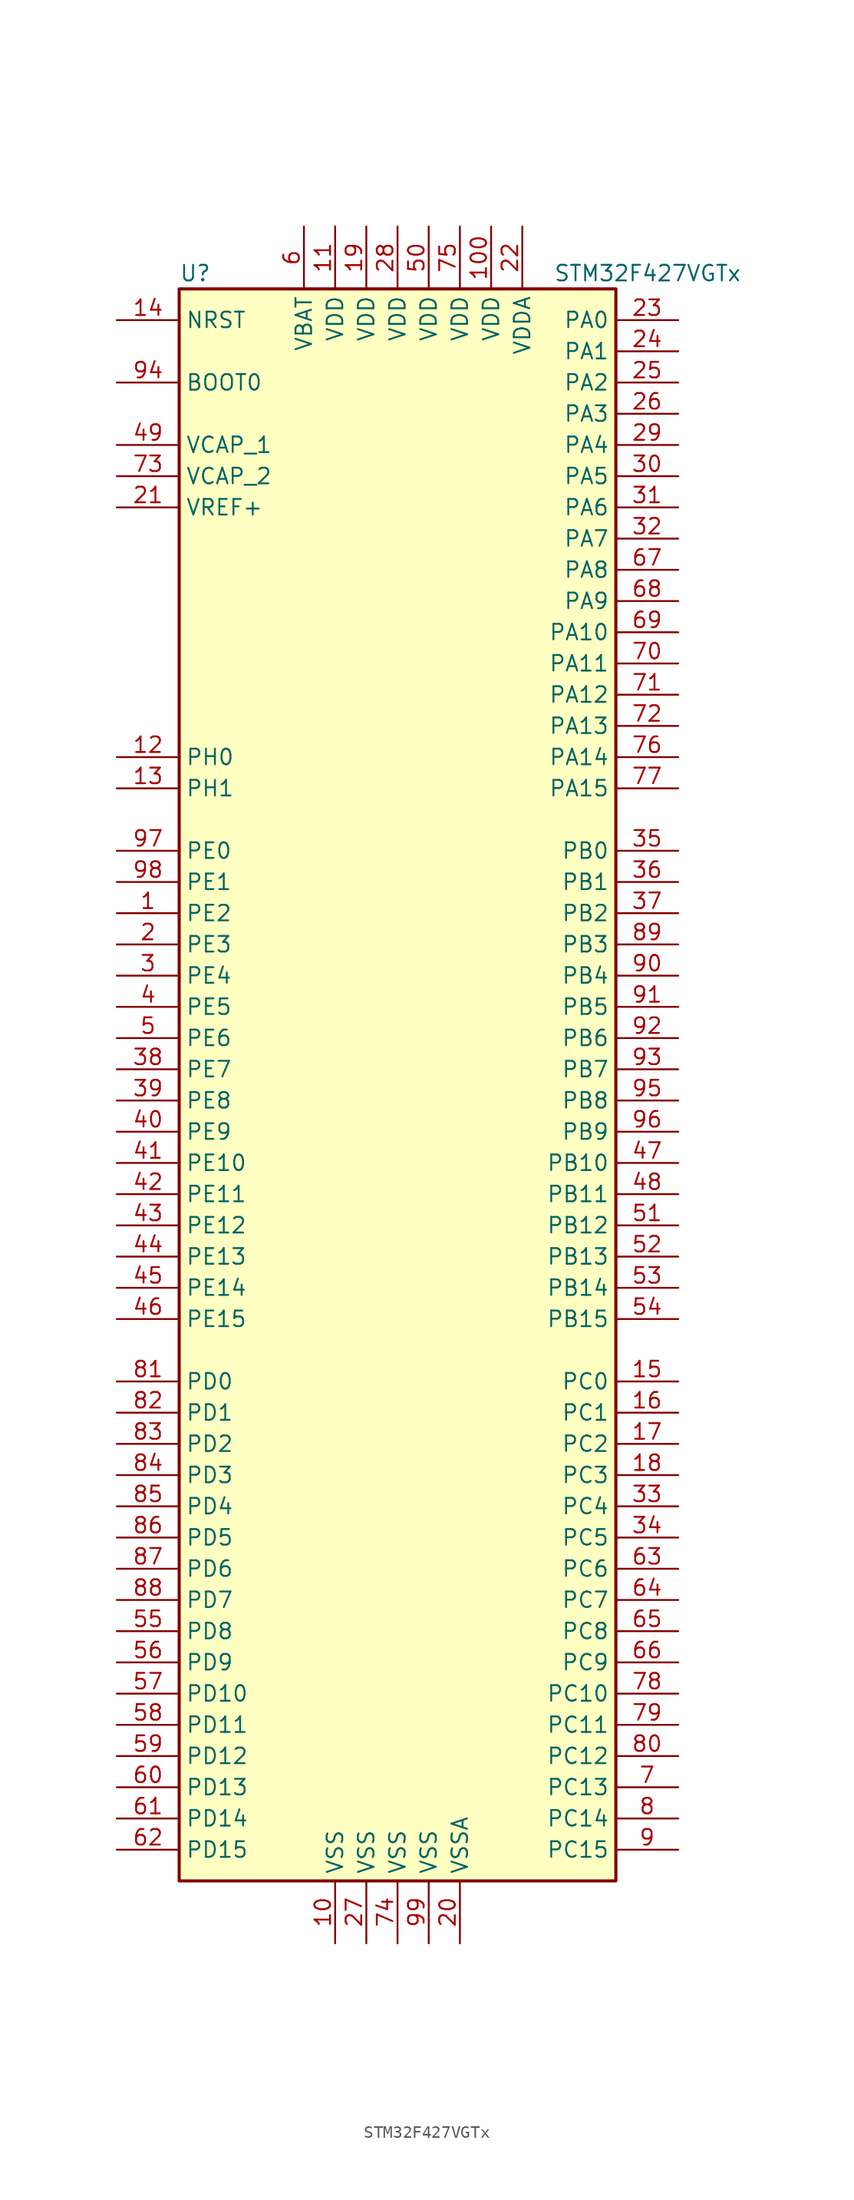
<source format=kicad_sym>
(kicad_symbol_lib
  (version 20220914)
  (generator kicad_symbol_editor)
  (symbol "STM32F427VGTx"
    (property "Reference" "U"
      (at -17.78 64.77 0)
      (effects (font (size 1.27 1.27)) (justify left)))
    (property "Value" "STM32F427VGTx"
      (at 12.7 64.77 0)
      (effects (font (size 1.27 1.27)) (justify left)))
    (symbol "STM32F427VGTx_0_1"
      (rectangle (start -17.78 -66.04) (end 17.78 63.5) (stroke (width 0.254) (type default)) (fill (type background))))
    (symbol "STM32F427VGTx_1_1"
      (pin bidirectional line (at -22.86 12.7 0) (length 5.08) (name "PE2" (effects (font (size 1.27 1.27)))) (number "1" (effects (font (size 1.27 1.27)))))
      (pin power_in line (at -5.08 -71.12 90) (length 5.08) (name "VSS" (effects (font (size 1.27 1.27)))) (number "10" (effects (font (size 1.27 1.27)))))
      (pin power_in line (at 7.62 68.58 270) (length 5.08) (name "VDD" (effects (font (size 1.27 1.27)))) (number "100" (effects (font (size 1.27 1.27)))))
      (pin power_in line (at -5.08 68.58 270) (length 5.08) (name "VDD" (effects (font (size 1.27 1.27)))) (number "11" (effects (font (size 1.27 1.27)))))
      (pin input line (at -22.86 25.4 0) (length 5.08) (name "PH0" (effects (font (size 1.27 1.27)))) (number "12" (effects (font (size 1.27 1.27)))))
      (pin input line (at -22.86 22.86 0) (length 5.08) (name "PH1" (effects (font (size 1.27 1.27)))) (number "13" (effects (font (size 1.27 1.27)))))
      (pin input line (at -22.86 60.96 0) (length 5.08) (name "NRST" (effects (font (size 1.27 1.27)))) (number "14" (effects (font (size 1.27 1.27)))))
      (pin bidirectional line (at 22.86 -25.4 180) (length 5.08) (name "PC0" (effects (font (size 1.27 1.27)))) (number "15" (effects (font (size 1.27 1.27)))))
      (pin bidirectional line (at 22.86 -27.94 180) (length 5.08) (name "PC1" (effects (font (size 1.27 1.27)))) (number "16" (effects (font (size 1.27 1.27)))))
      (pin bidirectional line (at 22.86 -30.48 180) (length 5.08) (name "PC2" (effects (font (size 1.27 1.27)))) (number "17" (effects (font (size 1.27 1.27)))))
      (pin bidirectional line (at 22.86 -33.02 180) (length 5.08) (name "PC3" (effects (font (size 1.27 1.27)))) (number "18" (effects (font (size 1.27 1.27)))))
      (pin power_in line (at -2.54 68.58 270) (length 5.08) (name "VDD" (effects (font (size 1.27 1.27)))) (number "19" (effects (font (size 1.27 1.27)))))
      (pin bidirectional line (at -22.86 10.16 0) (length 5.08) (name "PE3" (effects (font (size 1.27 1.27)))) (number "2" (effects (font (size 1.27 1.27)))))
      (pin power_in line (at 5.08 -71.12 90) (length 5.08) (name "VSSA" (effects (font (size 1.27 1.27)))) (number "20" (effects (font (size 1.27 1.27)))))
      (pin power_in line (at -22.86 45.72 0) (length 5.08) (name "VREF+" (effects (font (size 1.27 1.27)))) (number "21" (effects (font (size 1.27 1.27)))))
      (pin power_in line (at 10.16 68.58 270) (length 5.08) (name "VDDA" (effects (font (size 1.27 1.27)))) (number "22" (effects (font (size 1.27 1.27)))))
      (pin bidirectional line (at 22.86 60.96 180) (length 5.08) (name "PA0" (effects (font (size 1.27 1.27)))) (number "23" (effects (font (size 1.27 1.27)))))
      (pin bidirectional line (at 22.86 58.42 180) (length 5.08) (name "PA1" (effects (font (size 1.27 1.27)))) (number "24" (effects (font (size 1.27 1.27)))))
      (pin bidirectional line (at 22.86 55.88 180) (length 5.08) (name "PA2" (effects (font (size 1.27 1.27)))) (number "25" (effects (font (size 1.27 1.27)))))
      (pin bidirectional line (at 22.86 53.34 180) (length 5.08) (name "PA3" (effects (font (size 1.27 1.27)))) (number "26" (effects (font (size 1.27 1.27)))))
      (pin power_in line (at -2.54 -71.12 90) (length 5.08) (name "VSS" (effects (font (size 1.27 1.27)))) (number "27" (effects (font (size 1.27 1.27)))))
      (pin power_in line (at 0 68.58 270) (length 5.08) (name "VDD" (effects (font (size 1.27 1.27)))) (number "28" (effects (font (size 1.27 1.27)))))
      (pin bidirectional line (at 22.86 50.8 180) (length 5.08) (name "PA4" (effects (font (size 1.27 1.27)))) (number "29" (effects (font (size 1.27 1.27)))))
      (pin bidirectional line (at -22.86 7.62 0) (length 5.08) (name "PE4" (effects (font (size 1.27 1.27)))) (number "3" (effects (font (size 1.27 1.27)))))
      (pin bidirectional line (at 22.86 48.26 180) (length 5.08) (name "PA5" (effects (font (size 1.27 1.27)))) (number "30" (effects (font (size 1.27 1.27)))))
      (pin bidirectional line (at 22.86 45.72 180) (length 5.08) (name "PA6" (effects (font (size 1.27 1.27)))) (number "31" (effects (font (size 1.27 1.27)))))
      (pin bidirectional line (at 22.86 43.18 180) (length 5.08) (name "PA7" (effects (font (size 1.27 1.27)))) (number "32" (effects (font (size 1.27 1.27)))))
      (pin bidirectional line (at 22.86 -35.56 180) (length 5.08) (name "PC4" (effects (font (size 1.27 1.27)))) (number "33" (effects (font (size 1.27 1.27)))))
      (pin bidirectional line (at 22.86 -38.1 180) (length 5.08) (name "PC5" (effects (font (size 1.27 1.27)))) (number "34" (effects (font (size 1.27 1.27)))))
      (pin bidirectional line (at 22.86 17.78 180) (length 5.08) (name "PB0" (effects (font (size 1.27 1.27)))) (number "35" (effects (font (size 1.27 1.27)))))
      (pin bidirectional line (at 22.86 15.24 180) (length 5.08) (name "PB1" (effects (font (size 1.27 1.27)))) (number "36" (effects (font (size 1.27 1.27)))))
      (pin bidirectional line (at 22.86 12.7 180) (length 5.08) (name "PB2" (effects (font (size 1.27 1.27)))) (number "37" (effects (font (size 1.27 1.27)))))
      (pin bidirectional line (at -22.86 0 0) (length 5.08) (name "PE7" (effects (font (size 1.27 1.27)))) (number "38" (effects (font (size 1.27 1.27)))))
      (pin bidirectional line (at -22.86 -2.54 0) (length 5.08) (name "PE8" (effects (font (size 1.27 1.27)))) (number "39" (effects (font (size 1.27 1.27)))))
      (pin bidirectional line (at -22.86 5.08 0) (length 5.08) (name "PE5" (effects (font (size 1.27 1.27)))) (number "4" (effects (font (size 1.27 1.27)))))
      (pin bidirectional line (at -22.86 -5.08 0) (length 5.08) (name "PE9" (effects (font (size 1.27 1.27)))) (number "40" (effects (font (size 1.27 1.27)))))
      (pin bidirectional line (at -22.86 -7.62 0) (length 5.08) (name "PE10" (effects (font (size 1.27 1.27)))) (number "41" (effects (font (size 1.27 1.27)))))
      (pin bidirectional line (at -22.86 -10.16 0) (length 5.08) (name "PE11" (effects (font (size 1.27 1.27)))) (number "42" (effects (font (size 1.27 1.27)))))
      (pin bidirectional line (at -22.86 -12.7 0) (length 5.08) (name "PE12" (effects (font (size 1.27 1.27)))) (number "43" (effects (font (size 1.27 1.27)))))
      (pin bidirectional line (at -22.86 -15.24 0) (length 5.08) (name "PE13" (effects (font (size 1.27 1.27)))) (number "44" (effects (font (size 1.27 1.27)))))
      (pin bidirectional line (at -22.86 -17.78 0) (length 5.08) (name "PE14" (effects (font (size 1.27 1.27)))) (number "45" (effects (font (size 1.27 1.27)))))
      (pin bidirectional line (at -22.86 -20.32 0) (length 5.08) (name "PE15" (effects (font (size 1.27 1.27)))) (number "46" (effects (font (size 1.27 1.27)))))
      (pin bidirectional line (at 22.86 -7.62 180) (length 5.08) (name "PB10" (effects (font (size 1.27 1.27)))) (number "47" (effects (font (size 1.27 1.27)))))
      (pin bidirectional line (at 22.86 -10.16 180) (length 5.08) (name "PB11" (effects (font (size 1.27 1.27)))) (number "48" (effects (font (size 1.27 1.27)))))
      (pin power_in line (at -22.86 50.8 0) (length 5.08) (name "VCAP_1" (effects (font (size 1.27 1.27)))) (number "49" (effects (font (size 1.27 1.27)))))
      (pin bidirectional line (at -22.86 2.54 0) (length 5.08) (name "PE6" (effects (font (size 1.27 1.27)))) (number "5" (effects (font (size 1.27 1.27)))))
      (pin power_in line (at 2.54 68.58 270) (length 5.08) (name "VDD" (effects (font (size 1.27 1.27)))) (number "50" (effects (font (size 1.27 1.27)))))
      (pin bidirectional line (at 22.86 -12.7 180) (length 5.08) (name "PB12" (effects (font (size 1.27 1.27)))) (number "51" (effects (font (size 1.27 1.27)))))
      (pin bidirectional line (at 22.86 -15.24 180) (length 5.08) (name "PB13" (effects (font (size 1.27 1.27)))) (number "52" (effects (font (size 1.27 1.27)))))
      (pin bidirectional line (at 22.86 -17.78 180) (length 5.08) (name "PB14" (effects (font (size 1.27 1.27)))) (number "53" (effects (font (size 1.27 1.27)))))
      (pin bidirectional line (at 22.86 -20.32 180) (length 5.08) (name "PB15" (effects (font (size 1.27 1.27)))) (number "54" (effects (font (size 1.27 1.27)))))
      (pin bidirectional line (at -22.86 -45.72 0) (length 5.08) (name "PD8" (effects (font (size 1.27 1.27)))) (number "55" (effects (font (size 1.27 1.27)))))
      (pin bidirectional line (at -22.86 -48.26 0) (length 5.08) (name "PD9" (effects (font (size 1.27 1.27)))) (number "56" (effects (font (size 1.27 1.27)))))
      (pin bidirectional line (at -22.86 -50.8 0) (length 5.08) (name "PD10" (effects (font (size 1.27 1.27)))) (number "57" (effects (font (size 1.27 1.27)))))
      (pin bidirectional line (at -22.86 -53.34 0) (length 5.08) (name "PD11" (effects (font (size 1.27 1.27)))) (number "58" (effects (font (size 1.27 1.27)))))
      (pin bidirectional line (at -22.86 -55.88 0) (length 5.08) (name "PD12" (effects (font (size 1.27 1.27)))) (number "59" (effects (font (size 1.27 1.27)))))
      (pin power_in line (at -7.62 68.58 270) (length 5.08) (name "VBAT" (effects (font (size 1.27 1.27)))) (number "6" (effects (font (size 1.27 1.27)))))
      (pin bidirectional line (at -22.86 -58.42 0) (length 5.08) (name "PD13" (effects (font (size 1.27 1.27)))) (number "60" (effects (font (size 1.27 1.27)))))
      (pin bidirectional line (at -22.86 -60.96 0) (length 5.08) (name "PD14" (effects (font (size 1.27 1.27)))) (number "61" (effects (font (size 1.27 1.27)))))
      (pin bidirectional line (at -22.86 -63.5 0) (length 5.08) (name "PD15" (effects (font (size 1.27 1.27)))) (number "62" (effects (font (size 1.27 1.27)))))
      (pin bidirectional line (at 22.86 -40.64 180) (length 5.08) (name "PC6" (effects (font (size 1.27 1.27)))) (number "63" (effects (font (size 1.27 1.27)))))
      (pin bidirectional line (at 22.86 -43.18 180) (length 5.08) (name "PC7" (effects (font (size 1.27 1.27)))) (number "64" (effects (font (size 1.27 1.27)))))
      (pin bidirectional line (at 22.86 -45.72 180) (length 5.08) (name "PC8" (effects (font (size 1.27 1.27)))) (number "65" (effects (font (size 1.27 1.27)))))
      (pin bidirectional line (at 22.86 -48.26 180) (length 5.08) (name "PC9" (effects (font (size 1.27 1.27)))) (number "66" (effects (font (size 1.27 1.27)))))
      (pin bidirectional line (at 22.86 40.64 180) (length 5.08) (name "PA8" (effects (font (size 1.27 1.27)))) (number "67" (effects (font (size 1.27 1.27)))))
      (pin bidirectional line (at 22.86 38.1 180) (length 5.08) (name "PA9" (effects (font (size 1.27 1.27)))) (number "68" (effects (font (size 1.27 1.27)))))
      (pin bidirectional line (at 22.86 35.56 180) (length 5.08) (name "PA10" (effects (font (size 1.27 1.27)))) (number "69" (effects (font (size 1.27 1.27)))))
      (pin bidirectional line (at 22.86 -58.42 180) (length 5.08) (name "PC13" (effects (font (size 1.27 1.27)))) (number "7" (effects (font (size 1.27 1.27)))))
      (pin bidirectional line (at 22.86 33.02 180) (length 5.08) (name "PA11" (effects (font (size 1.27 1.27)))) (number "70" (effects (font (size 1.27 1.27)))))
      (pin bidirectional line (at 22.86 30.48 180) (length 5.08) (name "PA12" (effects (font (size 1.27 1.27)))) (number "71" (effects (font (size 1.27 1.27)))))
      (pin bidirectional line (at 22.86 27.94 180) (length 5.08) (name "PA13" (effects (font (size 1.27 1.27)))) (number "72" (effects (font (size 1.27 1.27)))))
      (pin power_in line (at -22.86 48.26 0) (length 5.08) (name "VCAP_2" (effects (font (size 1.27 1.27)))) (number "73" (effects (font (size 1.27 1.27)))))
      (pin power_in line (at 0 -71.12 90) (length 5.08) (name "VSS" (effects (font (size 1.27 1.27)))) (number "74" (effects (font (size 1.27 1.27)))))
      (pin power_in line (at 5.08 68.58 270) (length 5.08) (name "VDD" (effects (font (size 1.27 1.27)))) (number "75" (effects (font (size 1.27 1.27)))))
      (pin bidirectional line (at 22.86 25.4 180) (length 5.08) (name "PA14" (effects (font (size 1.27 1.27)))) (number "76" (effects (font (size 1.27 1.27)))))
      (pin bidirectional line (at 22.86 22.86 180) (length 5.08) (name "PA15" (effects (font (size 1.27 1.27)))) (number "77" (effects (font (size 1.27 1.27)))))
      (pin bidirectional line (at 22.86 -50.8 180) (length 5.08) (name "PC10" (effects (font (size 1.27 1.27)))) (number "78" (effects (font (size 1.27 1.27)))))
      (pin bidirectional line (at 22.86 -53.34 180) (length 5.08) (name "PC11" (effects (font (size 1.27 1.27)))) (number "79" (effects (font (size 1.27 1.27)))))
      (pin bidirectional line (at 22.86 -60.96 180) (length 5.08) (name "PC14" (effects (font (size 1.27 1.27)))) (number "8" (effects (font (size 1.27 1.27)))))
      (pin bidirectional line (at 22.86 -55.88 180) (length 5.08) (name "PC12" (effects (font (size 1.27 1.27)))) (number "80" (effects (font (size 1.27 1.27)))))
      (pin bidirectional line (at -22.86 -25.4 0) (length 5.08) (name "PD0" (effects (font (size 1.27 1.27)))) (number "81" (effects (font (size 1.27 1.27)))))
      (pin bidirectional line (at -22.86 -27.94 0) (length 5.08) (name "PD1" (effects (font (size 1.27 1.27)))) (number "82" (effects (font (size 1.27 1.27)))))
      (pin bidirectional line (at -22.86 -30.48 0) (length 5.08) (name "PD2" (effects (font (size 1.27 1.27)))) (number "83" (effects (font (size 1.27 1.27)))))
      (pin bidirectional line (at -22.86 -33.02 0) (length 5.08) (name "PD3" (effects (font (size 1.27 1.27)))) (number "84" (effects (font (size 1.27 1.27)))))
      (pin bidirectional line (at -22.86 -35.56 0) (length 5.08) (name "PD4" (effects (font (size 1.27 1.27)))) (number "85" (effects (font (size 1.27 1.27)))))
      (pin bidirectional line (at -22.86 -38.1 0) (length 5.08) (name "PD5" (effects (font (size 1.27 1.27)))) (number "86" (effects (font (size 1.27 1.27)))))
      (pin bidirectional line (at -22.86 -40.64 0) (length 5.08) (name "PD6" (effects (font (size 1.27 1.27)))) (number "87" (effects (font (size 1.27 1.27)))))
      (pin bidirectional line (at -22.86 -43.18 0) (length 5.08) (name "PD7" (effects (font (size 1.27 1.27)))) (number "88" (effects (font (size 1.27 1.27)))))
      (pin bidirectional line (at 22.86 10.16 180) (length 5.08) (name "PB3" (effects (font (size 1.27 1.27)))) (number "89" (effects (font (size 1.27 1.27)))))
      (pin bidirectional line (at 22.86 -63.5 180) (length 5.08) (name "PC15" (effects (font (size 1.27 1.27)))) (number "9" (effects (font (size 1.27 1.27)))))
      (pin bidirectional line (at 22.86 7.62 180) (length 5.08) (name "PB4" (effects (font (size 1.27 1.27)))) (number "90" (effects (font (size 1.27 1.27)))))
      (pin bidirectional line (at 22.86 5.08 180) (length 5.08) (name "PB5" (effects (font (size 1.27 1.27)))) (number "91" (effects (font (size 1.27 1.27)))))
      (pin bidirectional line (at 22.86 2.54 180) (length 5.08) (name "PB6" (effects (font (size 1.27 1.27)))) (number "92" (effects (font (size 1.27 1.27)))))
      (pin bidirectional line (at 22.86 0 180) (length 5.08) (name "PB7" (effects (font (size 1.27 1.27)))) (number "93" (effects (font (size 1.27 1.27)))))
      (pin input line (at -22.86 55.88 0) (length 5.08) (name "BOOT0" (effects (font (size 1.27 1.27)))) (number "94" (effects (font (size 1.27 1.27)))))
      (pin bidirectional line (at 22.86 -2.54 180) (length 5.08) (name "PB8" (effects (font (size 1.27 1.27)))) (number "95" (effects (font (size 1.27 1.27)))))
      (pin bidirectional line (at 22.86 -5.08 180) (length 5.08) (name "PB9" (effects (font (size 1.27 1.27)))) (number "96" (effects (font (size 1.27 1.27)))))
      (pin bidirectional line (at -22.86 17.78 0) (length 5.08) (name "PE0" (effects (font (size 1.27 1.27)))) (number "97" (effects (font (size 1.27 1.27)))))
      (pin bidirectional line (at -22.86 15.24 0) (length 5.08) (name "PE1" (effects (font (size 1.27 1.27)))) (number "98" (effects (font (size 1.27 1.27)))))
      (pin power_in line (at 2.54 -71.12 90) (length 5.08) (name "VSS" (effects (font (size 1.27 1.27)))) (number "99" (effects (font (size 1.27 1.27))))))))
</source>
